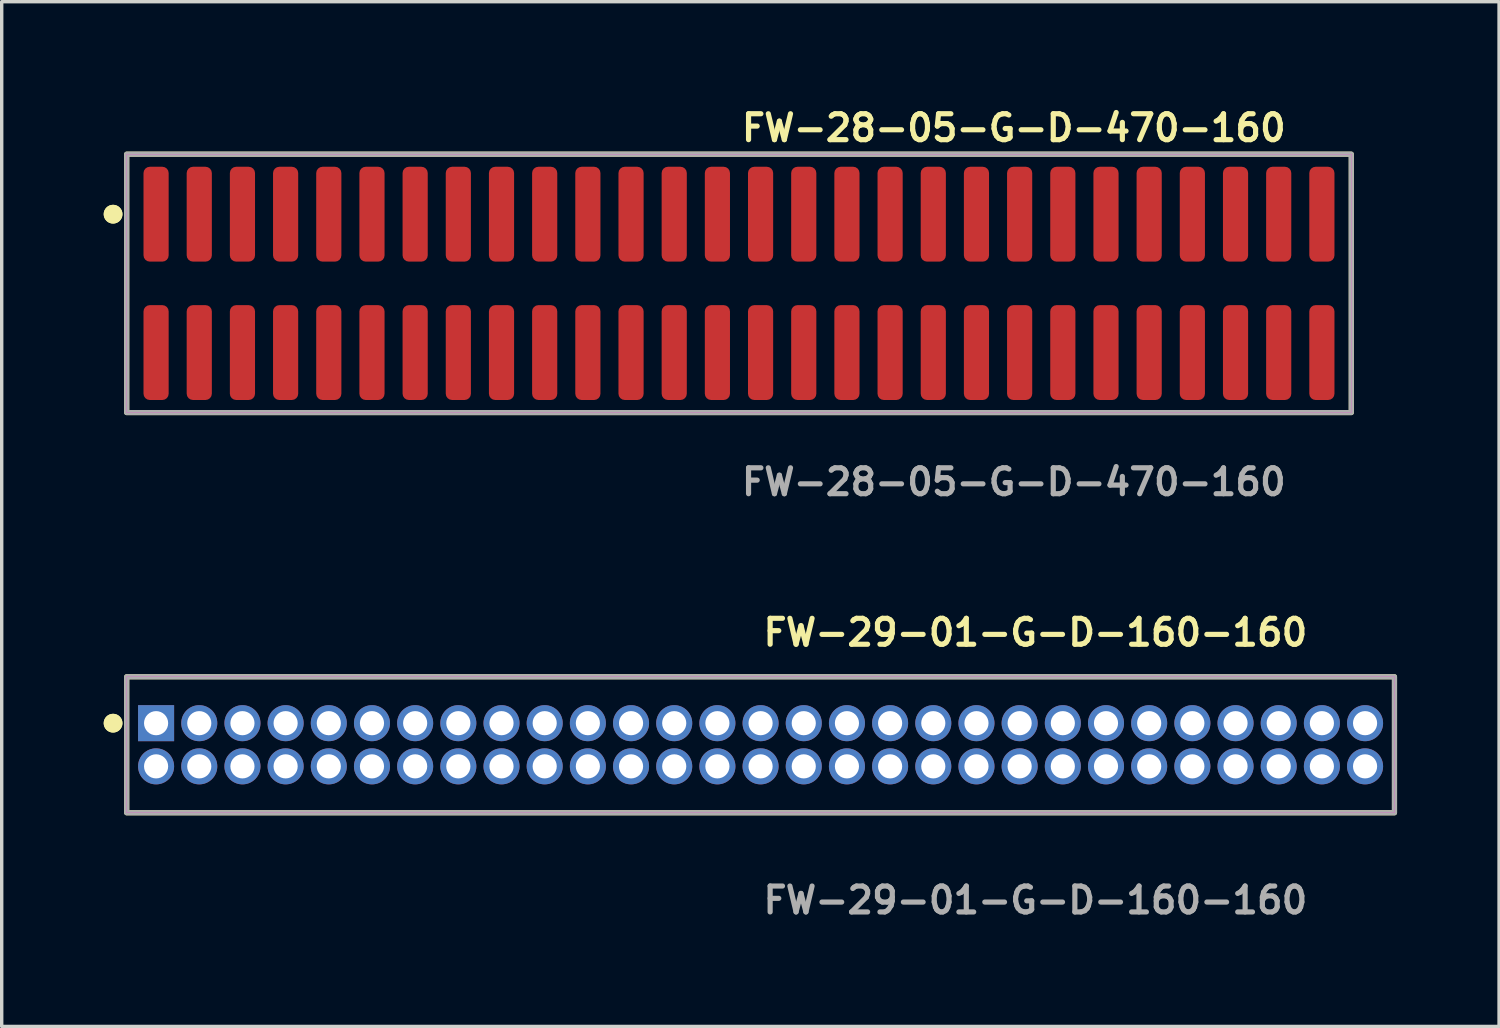
<source format=kicad_pcb>
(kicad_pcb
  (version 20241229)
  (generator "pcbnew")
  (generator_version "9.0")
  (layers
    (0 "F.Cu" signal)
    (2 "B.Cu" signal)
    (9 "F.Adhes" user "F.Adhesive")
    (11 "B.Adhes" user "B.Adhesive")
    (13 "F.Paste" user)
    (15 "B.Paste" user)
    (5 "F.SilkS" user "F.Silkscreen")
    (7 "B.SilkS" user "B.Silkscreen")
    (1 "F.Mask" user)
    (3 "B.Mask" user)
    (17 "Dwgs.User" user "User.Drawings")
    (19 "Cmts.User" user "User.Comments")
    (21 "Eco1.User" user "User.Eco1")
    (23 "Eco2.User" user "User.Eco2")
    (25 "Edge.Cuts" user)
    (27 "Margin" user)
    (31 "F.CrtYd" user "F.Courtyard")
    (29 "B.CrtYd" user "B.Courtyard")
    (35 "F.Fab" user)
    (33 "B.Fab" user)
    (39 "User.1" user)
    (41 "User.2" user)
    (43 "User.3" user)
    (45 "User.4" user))
  (footprint "FW-28-05-G-D-470-160"
    (layer "F.Cu")
    (at 18.686 5.285)
    (property "Reference" "FW-28-05-G-D-470-160" (at 0 -4.572 0) (unlocked yes) (layer "F.SilkS") (effects (font (size 0.762 0.762) (thickness 0.152)) (justify left)))
    (fp_rect (start -18.01 3.8) (end 18.01 -3.8) (stroke (width 0.152) (type solid)) (fill no) (layer "F.SilkS"))
    (fp_circle (center -18.41 -2.035) (end -18.61 -2.035) (stroke (width 0.152) (type solid)) (fill yes) (layer "F.SilkS"))
    (fp_circle (center -18.41 -2.035) (end -18.61 -2.035) (stroke (width 0.152) (type solid)) (fill yes) (layer "F.SilkS"))
    (fp_rect (start -18.01 3.8) (end 18.01 -3.8) (stroke (width 0.006) (type solid)) (fill no) (layer "F.CrtYd"))
    (fp_rect (start -18.01 3.8) (end 18.01 -3.8) (stroke (width 0.152) (type solid)) (fill no) (layer "F.Fab"))
    (fp_text user "${REFERENCE}" (at 0 5.842 0) (unlocked yes) (layer "F.Fab") (effects (font (size 0.762 0.762) (thickness 0.152)) (justify left)))
    (pad "1" smd roundrect (at -17.145 -2.035) (size 0.74 2.79) (layers "F.Cu" "F.Paste") (roundrect_rratio 0.25))
    (pad "2" smd roundrect (at -17.145 2.035) (size 0.74 2.79) (layers "F.Cu" "F.Paste") (roundrect_rratio 0.25))
    (pad "3" smd roundrect (at -15.875 -2.035) (size 0.74 2.79) (layers "F.Cu" "F.Paste") (roundrect_rratio 0.25))
    (pad "4" smd roundrect (at -15.875 2.035) (size 0.74 2.79) (layers "F.Cu" "F.Paste") (roundrect_rratio 0.25))
    (pad "5" smd roundrect (at -14.605 -2.035) (size 0.74 2.79) (layers "F.Cu" "F.Paste") (roundrect_rratio 0.25))
    (pad "6" smd roundrect (at -14.605 2.035) (size 0.74 2.79) (layers "F.Cu" "F.Paste") (roundrect_rratio 0.25))
    (pad "7" smd roundrect (at -13.335 -2.035) (size 0.74 2.79) (layers "F.Cu" "F.Paste") (roundrect_rratio 0.25))
    (pad "8" smd roundrect (at -13.335 2.035) (size 0.74 2.79) (layers "F.Cu" "F.Paste") (roundrect_rratio 0.25))
    (pad "9" smd roundrect (at -12.065 -2.035) (size 0.74 2.79) (layers "F.Cu" "F.Paste") (roundrect_rratio 0.25))
    (pad "10" smd roundrect (at -12.065 2.035) (size 0.74 2.79) (layers "F.Cu" "F.Paste") (roundrect_rratio 0.25))
    (pad "11" smd roundrect (at -10.795 -2.035) (size 0.74 2.79) (layers "F.Cu" "F.Paste") (roundrect_rratio 0.25))
    (pad "12" smd roundrect (at -10.795 2.035) (size 0.74 2.79) (layers "F.Cu" "F.Paste") (roundrect_rratio 0.25))
    (pad "13" smd roundrect (at -9.525 -2.035) (size 0.74 2.79) (layers "F.Cu" "F.Paste") (roundrect_rratio 0.25))
    (pad "14" smd roundrect (at -9.525 2.035) (size 0.74 2.79) (layers "F.Cu" "F.Paste") (roundrect_rratio 0.25))
    (pad "15" smd roundrect (at -8.255 -2.035) (size 0.74 2.79) (layers "F.Cu" "F.Paste") (roundrect_rratio 0.25))
    (pad "16" smd roundrect (at -8.255 2.035) (size 0.74 2.79) (layers "F.Cu" "F.Paste") (roundrect_rratio 0.25))
    (pad "17" smd roundrect (at -6.985 -2.035) (size 0.74 2.79) (layers "F.Cu" "F.Paste") (roundrect_rratio 0.25))
    (pad "18" smd roundrect (at -6.985 2.035) (size 0.74 2.79) (layers "F.Cu" "F.Paste") (roundrect_rratio 0.25))
    (pad "19" smd roundrect (at -5.715 -2.035) (size 0.74 2.79) (layers "F.Cu" "F.Paste") (roundrect_rratio 0.25))
    (pad "20" smd roundrect (at -5.715 2.035) (size 0.74 2.79) (layers "F.Cu" "F.Paste") (roundrect_rratio 0.25))
    (pad "21" smd roundrect (at -4.445 -2.035) (size 0.74 2.79) (layers "F.Cu" "F.Paste") (roundrect_rratio 0.25))
    (pad "22" smd roundrect (at -4.445 2.035) (size 0.74 2.79) (layers "F.Cu" "F.Paste") (roundrect_rratio 0.25))
    (pad "23" smd roundrect (at -3.175 -2.035) (size 0.74 2.79) (layers "F.Cu" "F.Paste") (roundrect_rratio 0.25))
    (pad "24" smd roundrect (at -3.175 2.035) (size 0.74 2.79) (layers "F.Cu" "F.Paste") (roundrect_rratio 0.25))
    (pad "25" smd roundrect (at -1.905 -2.035) (size 0.74 2.79) (layers "F.Cu" "F.Paste") (roundrect_rratio 0.25))
    (pad "26" smd roundrect (at -1.905 2.035) (size 0.74 2.79) (layers "F.Cu" "F.Paste") (roundrect_rratio 0.25))
    (pad "27" smd roundrect (at -0.635 -2.035) (size 0.74 2.79) (layers "F.Cu" "F.Paste") (roundrect_rratio 0.25))
    (pad "28" smd roundrect (at -0.635 2.035) (size 0.74 2.79) (layers "F.Cu" "F.Paste") (roundrect_rratio 0.25))
    (pad "29" smd roundrect (at 0.635 -2.035) (size 0.74 2.79) (layers "F.Cu" "F.Paste") (roundrect_rratio 0.25))
    (pad "30" smd roundrect (at 0.635 2.035) (size 0.74 2.79) (layers "F.Cu" "F.Paste") (roundrect_rratio 0.25))
    (pad "31" smd roundrect (at 1.905 -2.035) (size 0.74 2.79) (layers "F.Cu" "F.Paste") (roundrect_rratio 0.25))
    (pad "32" smd roundrect (at 1.905 2.035) (size 0.74 2.79) (layers "F.Cu" "F.Paste") (roundrect_rratio 0.25))
    (pad "33" smd roundrect (at 3.175 -2.035) (size 0.74 2.79) (layers "F.Cu" "F.Paste") (roundrect_rratio 0.25))
    (pad "34" smd roundrect (at 3.175 2.035) (size 0.74 2.79) (layers "F.Cu" "F.Paste") (roundrect_rratio 0.25))
    (pad "35" smd roundrect (at 4.445 -2.035) (size 0.74 2.79) (layers "F.Cu" "F.Paste") (roundrect_rratio 0.25))
    (pad "36" smd roundrect (at 4.445 2.035) (size 0.74 2.79) (layers "F.Cu" "F.Paste") (roundrect_rratio 0.25))
    (pad "37" smd roundrect (at 5.715 -2.035) (size 0.74 2.79) (layers "F.Cu" "F.Paste") (roundrect_rratio 0.25))
    (pad "38" smd roundrect (at 5.715 2.035) (size 0.74 2.79) (layers "F.Cu" "F.Paste") (roundrect_rratio 0.25))
    (pad "39" smd roundrect (at 6.985 -2.035) (size 0.74 2.79) (layers "F.Cu" "F.Paste") (roundrect_rratio 0.25))
    (pad "40" smd roundrect (at 6.985 2.035) (size 0.74 2.79) (layers "F.Cu" "F.Paste") (roundrect_rratio 0.25))
    (pad "41" smd roundrect (at 8.255 -2.035) (size 0.74 2.79) (layers "F.Cu" "F.Paste") (roundrect_rratio 0.25))
    (pad "42" smd roundrect (at 8.255 2.035) (size 0.74 2.79) (layers "F.Cu" "F.Paste") (roundrect_rratio 0.25))
    (pad "43" smd roundrect (at 9.525 -2.035) (size 0.74 2.79) (layers "F.Cu" "F.Paste") (roundrect_rratio 0.25))
    (pad "44" smd roundrect (at 9.525 2.035) (size 0.74 2.79) (layers "F.Cu" "F.Paste") (roundrect_rratio 0.25))
    (pad "45" smd roundrect (at 10.795 -2.035) (size 0.74 2.79) (layers "F.Cu" "F.Paste") (roundrect_rratio 0.25))
    (pad "46" smd roundrect (at 10.795 2.035) (size 0.74 2.79) (layers "F.Cu" "F.Paste") (roundrect_rratio 0.25))
    (pad "47" smd roundrect (at 12.065 -2.035) (size 0.74 2.79) (layers "F.Cu" "F.Paste") (roundrect_rratio 0.25))
    (pad "48" smd roundrect (at 12.065 2.035) (size 0.74 2.79) (layers "F.Cu" "F.Paste") (roundrect_rratio 0.25))
    (pad "49" smd roundrect (at 13.335 -2.035) (size 0.74 2.79) (layers "F.Cu" "F.Paste") (roundrect_rratio 0.25))
    (pad "50" smd roundrect (at 13.335 2.035) (size 0.74 2.79) (layers "F.Cu" "F.Paste") (roundrect_rratio 0.25))
    (pad "51" smd roundrect (at 14.605 -2.035) (size 0.74 2.79) (layers "F.Cu" "F.Paste") (roundrect_rratio 0.25))
    (pad "52" smd roundrect (at 14.605 2.035) (size 0.74 2.79) (layers "F.Cu" "F.Paste") (roundrect_rratio 0.25))
    (pad "53" smd roundrect (at 15.875 -2.035) (size 0.74 2.79) (layers "F.Cu" "F.Paste") (roundrect_rratio 0.25))
    (pad "54" smd roundrect (at 15.875 2.035) (size 0.74 2.79) (layers "F.Cu" "F.Paste") (roundrect_rratio 0.25))
    (pad "55" smd roundrect (at 17.145 -2.035) (size 0.74 2.79) (layers "F.Cu" "F.Paste") (roundrect_rratio 0.25))
    (pad "56" smd roundrect (at 17.145 2.035) (size 0.74 2.79) (layers "F.Cu" "F.Paste") (roundrect_rratio 0.25)))
  (footprint "FW-29-01-G-D-160-160"
    (layer "F.Cu")
    (at 19.321 18.856)
    (property "Reference" "FW-29-01-G-D-160-160" (at 0 -3.302 0) (unlocked yes) (layer "F.SilkS") (effects (font (size 0.762 0.762) (thickness 0.152)) (justify left)))
    (fp_rect (start -18.645 2) (end 18.645 -2) (stroke (width 0.152) (type solid)) (fill no) (layer "F.SilkS"))
    (fp_circle (center -19.045 -0.635) (end -19.245 -0.635) (stroke (width 0.152) (type solid)) (fill yes) (layer "F.SilkS"))
    (fp_circle (center -19.045 -0.635) (end -19.245 -0.635) (stroke (width 0.152) (type solid)) (fill yes) (layer "F.SilkS"))
    (fp_rect (start -18.645 2) (end 18.645 -2) (stroke (width 0.006) (type solid)) (fill no) (layer "F.CrtYd"))
    (fp_rect (start -18.645 2) (end 18.645 -2) (stroke (width 0.152) (type solid)) (fill no) (layer "F.Fab"))
    (fp_text user "${REFERENCE}" (at 0 4.572 0) (unlocked yes) (layer "F.Fab") (effects (font (size 0.762 0.762) (thickness 0.152)) (justify left)))
    (pad "1" thru_hole rect (at -17.78 -0.635) (size 1.06 1.06) (drill 0.71) (layers "*.Cu" "*.Mask"))
    (pad "2" thru_hole circle (at -17.78 0.635) (size 1.06 1.06) (drill 0.71) (layers "*.Cu" "*.Mask"))
    (pad "3" thru_hole circle (at -16.51 -0.635) (size 1.06 1.06) (drill 0.71) (layers "*.Cu" "*.Mask"))
    (pad "4" thru_hole circle (at -16.51 0.635) (size 1.06 1.06) (drill 0.71) (layers "*.Cu" "*.Mask"))
    (pad "5" thru_hole circle (at -15.24 -0.635) (size 1.06 1.06) (drill 0.71) (layers "*.Cu" "*.Mask"))
    (pad "6" thru_hole circle (at -15.24 0.635) (size 1.06 1.06) (drill 0.71) (layers "*.Cu" "*.Mask"))
    (pad "7" thru_hole circle (at -13.97 -0.635) (size 1.06 1.06) (drill 0.71) (layers "*.Cu" "*.Mask"))
    (pad "8" thru_hole circle (at -13.97 0.635) (size 1.06 1.06) (drill 0.71) (layers "*.Cu" "*.Mask"))
    (pad "9" thru_hole circle (at -12.7 -0.635) (size 1.06 1.06) (drill 0.71) (layers "*.Cu" "*.Mask"))
    (pad "10" thru_hole circle (at -12.7 0.635) (size 1.06 1.06) (drill 0.71) (layers "*.Cu" "*.Mask"))
    (pad "11" thru_hole circle (at -11.43 -0.635) (size 1.06 1.06) (drill 0.71) (layers "*.Cu" "*.Mask"))
    (pad "12" thru_hole circle (at -11.43 0.635) (size 1.06 1.06) (drill 0.71) (layers "*.Cu" "*.Mask"))
    (pad "13" thru_hole circle (at -10.16 -0.635) (size 1.06 1.06) (drill 0.71) (layers "*.Cu" "*.Mask"))
    (pad "14" thru_hole circle (at -10.16 0.635) (size 1.06 1.06) (drill 0.71) (layers "*.Cu" "*.Mask"))
    (pad "15" thru_hole circle (at -8.89 -0.635) (size 1.06 1.06) (drill 0.71) (layers "*.Cu" "*.Mask"))
    (pad "16" thru_hole circle (at -8.89 0.635) (size 1.06 1.06) (drill 0.71) (layers "*.Cu" "*.Mask"))
    (pad "17" thru_hole circle (at -7.62 -0.635) (size 1.06 1.06) (drill 0.71) (layers "*.Cu" "*.Mask"))
    (pad "18" thru_hole circle (at -7.62 0.635) (size 1.06 1.06) (drill 0.71) (layers "*.Cu" "*.Mask"))
    (pad "19" thru_hole circle (at -6.35 -0.635) (size 1.06 1.06) (drill 0.71) (layers "*.Cu" "*.Mask"))
    (pad "20" thru_hole circle (at -6.35 0.635) (size 1.06 1.06) (drill 0.71) (layers "*.Cu" "*.Mask"))
    (pad "21" thru_hole circle (at -5.08 -0.635) (size 1.06 1.06) (drill 0.71) (layers "*.Cu" "*.Mask"))
    (pad "22" thru_hole circle (at -5.08 0.635) (size 1.06 1.06) (drill 0.71) (layers "*.Cu" "*.Mask"))
    (pad "23" thru_hole circle (at -3.81 -0.635) (size 1.06 1.06) (drill 0.71) (layers "*.Cu" "*.Mask"))
    (pad "24" thru_hole circle (at -3.81 0.635) (size 1.06 1.06) (drill 0.71) (layers "*.Cu" "*.Mask"))
    (pad "25" thru_hole circle (at -2.54 -0.635) (size 1.06 1.06) (drill 0.71) (layers "*.Cu" "*.Mask"))
    (pad "26" thru_hole circle (at -2.54 0.635) (size 1.06 1.06) (drill 0.71) (layers "*.Cu" "*.Mask"))
    (pad "27" thru_hole circle (at -1.27 -0.635) (size 1.06 1.06) (drill 0.71) (layers "*.Cu" "*.Mask"))
    (pad "28" thru_hole circle (at -1.27 0.635) (size 1.06 1.06) (drill 0.71) (layers "*.Cu" "*.Mask"))
    (pad "29" thru_hole circle (at 0 -0.635) (size 1.06 1.06) (drill 0.71) (layers "*.Cu" "*.Mask"))
    (pad "30" thru_hole circle (at 0 0.635) (size 1.06 1.06) (drill 0.71) (layers "*.Cu" "*.Mask"))
    (pad "31" thru_hole circle (at 1.27 -0.635) (size 1.06 1.06) (drill 0.71) (layers "*.Cu" "*.Mask"))
    (pad "32" thru_hole circle (at 1.27 0.635) (size 1.06 1.06) (drill 0.71) (layers "*.Cu" "*.Mask"))
    (pad "33" thru_hole circle (at 2.54 -0.635) (size 1.06 1.06) (drill 0.71) (layers "*.Cu" "*.Mask"))
    (pad "34" thru_hole circle (at 2.54 0.635) (size 1.06 1.06) (drill 0.71) (layers "*.Cu" "*.Mask"))
    (pad "35" thru_hole circle (at 3.81 -0.635) (size 1.06 1.06) (drill 0.71) (layers "*.Cu" "*.Mask"))
    (pad "36" thru_hole circle (at 3.81 0.635) (size 1.06 1.06) (drill 0.71) (layers "*.Cu" "*.Mask"))
    (pad "37" thru_hole circle (at 5.08 -0.635) (size 1.06 1.06) (drill 0.71) (layers "*.Cu" "*.Mask"))
    (pad "38" thru_hole circle (at 5.08 0.635) (size 1.06 1.06) (drill 0.71) (layers "*.Cu" "*.Mask"))
    (pad "39" thru_hole circle (at 6.35 -0.635) (size 1.06 1.06) (drill 0.71) (layers "*.Cu" "*.Mask"))
    (pad "40" thru_hole circle (at 6.35 0.635) (size 1.06 1.06) (drill 0.71) (layers "*.Cu" "*.Mask"))
    (pad "41" thru_hole circle (at 7.62 -0.635) (size 1.06 1.06) (drill 0.71) (layers "*.Cu" "*.Mask"))
    (pad "42" thru_hole circle (at 7.62 0.635) (size 1.06 1.06) (drill 0.71) (layers "*.Cu" "*.Mask"))
    (pad "43" thru_hole circle (at 8.89 -0.635) (size 1.06 1.06) (drill 0.71) (layers "*.Cu" "*.Mask"))
    (pad "44" thru_hole circle (at 8.89 0.635) (size 1.06 1.06) (drill 0.71) (layers "*.Cu" "*.Mask"))
    (pad "45" thru_hole circle (at 10.16 -0.635) (size 1.06 1.06) (drill 0.71) (layers "*.Cu" "*.Mask"))
    (pad "46" thru_hole circle (at 10.16 0.635) (size 1.06 1.06) (drill 0.71) (layers "*.Cu" "*.Mask"))
    (pad "47" thru_hole circle (at 11.43 -0.635) (size 1.06 1.06) (drill 0.71) (layers "*.Cu" "*.Mask"))
    (pad "48" thru_hole circle (at 11.43 0.635) (size 1.06 1.06) (drill 0.71) (layers "*.Cu" "*.Mask"))
    (pad "49" thru_hole circle (at 12.7 -0.635) (size 1.06 1.06) (drill 0.71) (layers "*.Cu" "*.Mask"))
    (pad "50" thru_hole circle (at 12.7 0.635) (size 1.06 1.06) (drill 0.71) (layers "*.Cu" "*.Mask"))
    (pad "51" thru_hole circle (at 13.97 -0.635) (size 1.06 1.06) (drill 0.71) (layers "*.Cu" "*.Mask"))
    (pad "52" thru_hole circle (at 13.97 0.635) (size 1.06 1.06) (drill 0.71) (layers "*.Cu" "*.Mask"))
    (pad "53" thru_hole circle (at 15.24 -0.635) (size 1.06 1.06) (drill 0.71) (layers "*.Cu" "*.Mask"))
    (pad "54" thru_hole circle (at 15.24 0.635) (size 1.06 1.06) (drill 0.71) (layers "*.Cu" "*.Mask"))
    (pad "55" thru_hole circle (at 16.51 -0.635) (size 1.06 1.06) (drill 0.71) (layers "*.Cu" "*.Mask"))
    (pad "56" thru_hole circle (at 16.51 0.635) (size 1.06 1.06) (drill 0.71) (layers "*.Cu" "*.Mask"))
    (pad "57" thru_hole circle (at 17.78 -0.635) (size 1.06 1.06) (drill 0.71) (layers "*.Cu" "*.Mask"))
    (pad "58" thru_hole circle (at 17.78 0.635) (size 1.06 1.06) (drill 0.71) (layers "*.Cu" "*.Mask")))
  (gr_rect
    (start -3 -3)
    (end 41.042 27.141)
    (stroke (width 0.1) (type default))
    (fill no)
    (layer "Edge.Cuts")))
</source>
